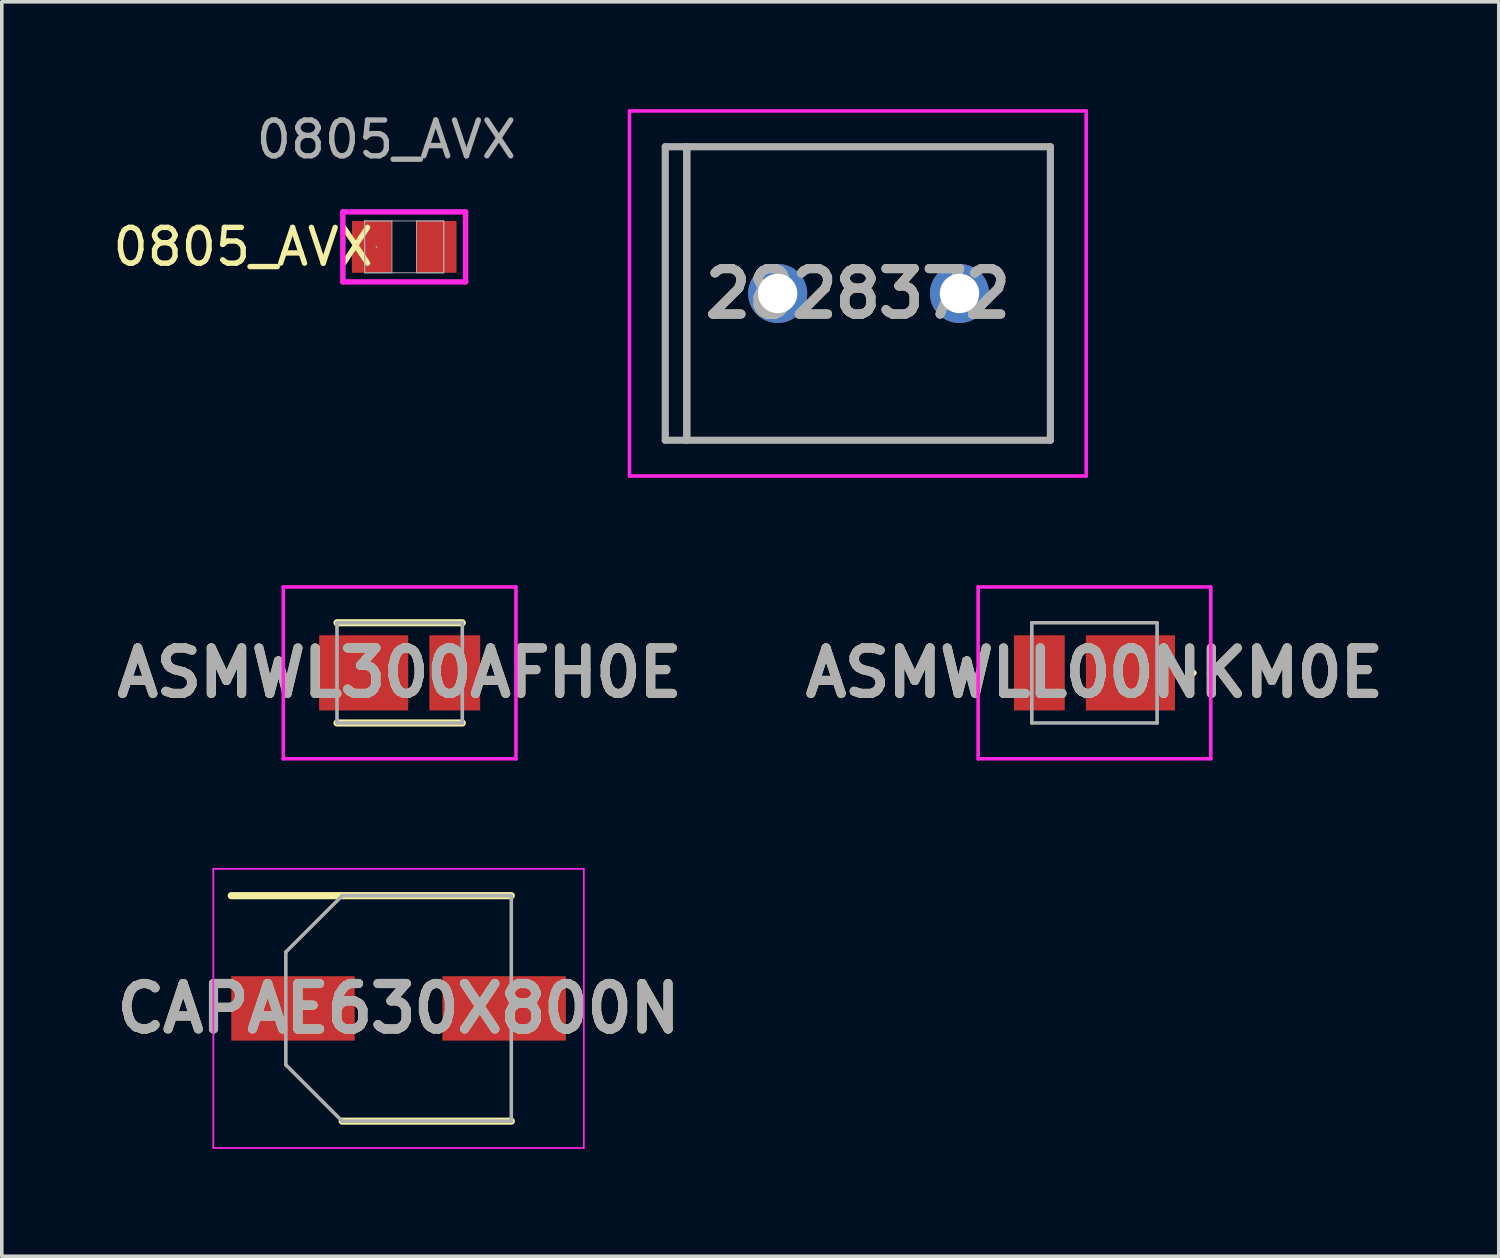
<source format=kicad_pcb>
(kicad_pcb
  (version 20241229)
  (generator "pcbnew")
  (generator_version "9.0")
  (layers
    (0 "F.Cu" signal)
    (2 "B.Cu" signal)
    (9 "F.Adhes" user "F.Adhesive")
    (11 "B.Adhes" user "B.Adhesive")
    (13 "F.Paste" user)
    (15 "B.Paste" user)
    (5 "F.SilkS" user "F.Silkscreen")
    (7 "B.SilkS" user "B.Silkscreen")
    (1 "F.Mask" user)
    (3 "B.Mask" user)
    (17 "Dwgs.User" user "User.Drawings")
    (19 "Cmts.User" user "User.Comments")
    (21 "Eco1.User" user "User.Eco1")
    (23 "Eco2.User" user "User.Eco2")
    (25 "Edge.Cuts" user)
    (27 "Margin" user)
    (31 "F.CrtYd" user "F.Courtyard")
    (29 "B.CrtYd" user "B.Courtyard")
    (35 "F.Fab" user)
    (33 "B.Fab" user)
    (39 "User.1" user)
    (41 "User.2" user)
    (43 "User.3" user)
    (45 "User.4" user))
  (footprint "ASMWL300AFH0E"
    (layer "F.Cu")
    (at 8.116 15.75)
    (property "Reference" "ASMWL300AFH0E" (at 0 0 0) (layer "F.SilkS") (effects (font (size 1.27 1.27) (thickness 0.254))))
    (attr smd)
    (fp_line (start -1.75 -1.4) (end 1.75 -1.4) (stroke (width 0.2) (type solid)) (layer "F.SilkS"))
    (fp_line (start -1.75 1.4) (end 1.75 1.4) (stroke (width 0.2) (type solid)) (layer "F.SilkS"))
    (fp_line (start 2.7 0) (end 2.7 0) (stroke (width 0.1) (type solid)) (layer "F.SilkS"))
    (fp_line (start 2.8 0) (end 2.8 0) (stroke (width 0.1) (type solid)) (layer "F.SilkS"))
    (fp_arc (start 2.7 0) (mid 2.75 -0.05) (end 2.8 0) (stroke (width 0.1) (type solid)) (layer "F.SilkS"))
    (fp_arc (start 2.8 0) (mid 2.75 0.05) (end 2.7 0) (stroke (width 0.1) (type solid)) (layer "F.SilkS"))
    (fp_line (start -3.25 -2.4) (end 3.25 -2.4) (stroke (width 0.1) (type solid)) (layer "F.CrtYd"))
    (fp_line (start -3.25 2.4) (end -3.25 -2.4) (stroke (width 0.1) (type solid)) (layer "F.CrtYd"))
    (fp_line (start 3.25 -2.4) (end 3.25 2.4) (stroke (width 0.1) (type solid)) (layer "F.CrtYd"))
    (fp_line (start 3.25 2.4) (end -3.25 2.4) (stroke (width 0.1) (type solid)) (layer "F.CrtYd"))
    (fp_line (start -1.75 -1.4) (end -1.75 1.4) (stroke (width 0.1) (type solid)) (layer "F.Fab"))
    (fp_line (start -1.75 1.4) (end 1.75 1.4) (stroke (width 0.1) (type solid)) (layer "F.Fab"))
    (fp_line (start 1.75 -1.4) (end -1.75 -1.4) (stroke (width 0.1) (type solid)) (layer "F.Fab"))
    (fp_line (start 1.75 1.4) (end 1.75 -1.4) (stroke (width 0.1) (type solid)) (layer "F.Fab"))
    (fp_text user "${REFERENCE}" (at 0 0 0) (layer "F.Fab") (effects (font (size 1.27 1.27) (thickness 0.254))))
    (pad "1" smd rect (at 1.54 0) (size 1.42 2.1) (layers "F.Cu" "F.Mask" "F.Paste"))
    (pad "2" smd rect (at -1.005 0 90) (size 2.1 2.49) (layers "F.Cu" "F.Mask" "F.Paste")))
  (footprint "0805_AVX"
    (layer "F.Cu")
    (at 8.244 3.848)
    (property "Reference" "0805_AVX" (at -4.5 0 0) (unlocked yes) (layer "F.SilkS") (effects (font (size 1 1) (thickness 0.15))))
    (attr smd)
    (fp_line (start -1.714 -0.978) (end 1.714 -0.978) (stroke (width 0.152) (type solid)) (layer "F.CrtYd"))
    (fp_line (start -1.714 0.978) (end -1.714 -0.978) (stroke (width 0.152) (type solid)) (layer "F.CrtYd"))
    (fp_line (start 1.714 -0.978) (end 1.714 0.978) (stroke (width 0.152) (type solid)) (layer "F.CrtYd"))
    (fp_line (start 1.714 0.978) (end -1.714 0.978) (stroke (width 0.152) (type solid)) (layer "F.CrtYd"))
    (fp_line (start -1.105 -0.724) (end -1.105 0.724) (stroke (width 0.025) (type solid)) (layer "F.Fab"))
    (fp_line (start -1.105 -0.724) (end -1.105 0.724) (stroke (width 0.025) (type solid)) (layer "F.Fab"))
    (fp_line (start -1.105 0.724) (end -0.343 0.724) (stroke (width 0.025) (type solid)) (layer "F.Fab"))
    (fp_line (start -1.105 0.724) (end 1.105 0.724) (stroke (width 0.025) (type solid)) (layer "F.Fab"))
    (fp_line (start -0.343 -0.724) (end -1.105 -0.724) (stroke (width 0.025) (type solid)) (layer "F.Fab"))
    (fp_line (start -0.343 0.724) (end -0.343 -0.724) (stroke (width 0.025) (type solid)) (layer "F.Fab"))
    (fp_line (start 0.343 -0.724) (end 0.343 0.724) (stroke (width 0.025) (type solid)) (layer "F.Fab"))
    (fp_line (start 0.343 0.724) (end 1.105 0.724) (stroke (width 0.025) (type solid)) (layer "F.Fab"))
    (fp_line (start 1.105 -0.724) (end -1.105 -0.724) (stroke (width 0.025) (type solid)) (layer "F.Fab"))
    (fp_line (start 1.105 -0.724) (end 0.343 -0.724) (stroke (width 0.025) (type solid)) (layer "F.Fab"))
    (fp_line (start 1.105 0.724) (end 1.105 -0.724) (stroke (width 0.025) (type solid)) (layer "F.Fab"))
    (fp_line (start 1.105 0.724) (end 1.105 -0.724) (stroke (width 0.025) (type solid)) (layer "F.Fab"))
    (fp_circle (center -0.775 0) (end -0.775 0) (stroke (width 0.025) (type solid)) (fill no) (layer "F.Fab"))
    (fp_text user "${REFERENCE}" (at -0.5 -3 0) (unlocked yes) (layer "F.Fab") (effects (font (size 1 1) (thickness 0.15))))
    (pad "1" smd rect (at -0.902 0) (size 1.118 1.448) (layers "F.Cu" "F.Mask" "F.Paste"))
    (pad "2" smd rect (at 0.902 0) (size 1.118 1.448) (layers "F.Cu" "F.Mask" "F.Paste"))
    (zone (net_name "") (layer "F.Cu") (hatch full 0.508) (connect_pads) (min_thickness 0.254) (filled_areas_thickness no) (keepout (tracks not_allowed) (vias not_allowed) (pads allowed) (copperpour not_allowed) (footprints allowed)) (placement (enabled no)) (fill) (polygon (pts (xy 7.952 3.175) (xy 8.536 3.175) (xy 8.536 4.521) (xy 7.952 4.521)))))
  (footprint "CAPAE630X800N"
    (layer "F.Cu")
    (at 8.086 25.125)
    (property "Reference" "CAPAE630X800N" (at 0 0 0) (layer "F.SilkS") (effects (font (size 1.27 1.27) (thickness 0.254))))
    (attr smd)
    (fp_line (start -4.675 -3.15) (end 3.15 -3.15) (stroke (width 0.2) (type solid)) (layer "F.SilkS"))
    (fp_line (start -1.575 3.15) (end 3.15 3.15) (stroke (width 0.2) (type solid)) (layer "F.SilkS"))
    (fp_line (start -5.175 -3.9) (end 5.175 -3.9) (stroke (width 0.05) (type solid)) (layer "F.CrtYd"))
    (fp_line (start -5.175 3.9) (end -5.175 -3.9) (stroke (width 0.05) (type solid)) (layer "F.CrtYd"))
    (fp_line (start 5.175 -3.9) (end 5.175 3.9) (stroke (width 0.05) (type solid)) (layer "F.CrtYd"))
    (fp_line (start 5.175 3.9) (end -5.175 3.9) (stroke (width 0.05) (type solid)) (layer "F.CrtYd"))
    (fp_line (start -3.15 -1.575) (end -3.15 1.575) (stroke (width 0.1) (type solid)) (layer "F.Fab"))
    (fp_line (start -3.15 1.575) (end -1.575 3.15) (stroke (width 0.1) (type solid)) (layer "F.Fab"))
    (fp_line (start -1.575 -3.15) (end -3.15 -1.575) (stroke (width 0.1) (type solid)) (layer "F.Fab"))
    (fp_line (start -1.575 3.15) (end 3.15 3.15) (stroke (width 0.1) (type solid)) (layer "F.Fab"))
    (fp_line (start 3.15 -3.15) (end -1.575 -3.15) (stroke (width 0.1) (type solid)) (layer "F.Fab"))
    (fp_line (start 3.15 3.15) (end 3.15 -3.15) (stroke (width 0.1) (type solid)) (layer "F.Fab"))
    (fp_text user "${REFERENCE}" (at 0 0 0) (layer "F.Fab") (effects (font (size 1.27 1.27) (thickness 0.254))))
    (pad "1" smd rect (at -2.95 0 90) (size 1.8 3.45) (layers "F.Cu" "F.Mask" "F.Paste"))
    (pad "2" smd rect (at 2.95 0 90) (size 1.8 3.45) (layers "F.Cu" "F.Mask" "F.Paste")))
  (footprint "ASMWLL00NKM0E"
    (layer "F.Cu")
    (at 27.529 15.75)
    (property "Reference" "ASMWLL00NKM0E" (at 0 0 0) (layer "F.SilkS") (effects (font (size 1.27 1.27) (thickness 0.254))))
    (attr smd)
    (fp_line (start 2.7 0) (end 2.7 0) (stroke (width 0.1) (type solid)) (layer "F.SilkS"))
    (fp_line (start 2.8 0) (end 2.8 0) (stroke (width 0.1) (type solid)) (layer "F.SilkS"))
    (fp_arc (start 2.7 0) (mid 2.75 -0.05) (end 2.8 0) (stroke (width 0.1) (type solid)) (layer "F.SilkS"))
    (fp_arc (start 2.8 0) (mid 2.75 0.05) (end 2.7 0) (stroke (width 0.1) (type solid)) (layer "F.SilkS"))
    (fp_line (start -3.25 -2.4) (end 3.25 -2.4) (stroke (width 0.1) (type solid)) (layer "F.CrtYd"))
    (fp_line (start -3.25 2.4) (end -3.25 -2.4) (stroke (width 0.1) (type solid)) (layer "F.CrtYd"))
    (fp_line (start 3.25 -2.4) (end 3.25 2.4) (stroke (width 0.1) (type solid)) (layer "F.CrtYd"))
    (fp_line (start 3.25 2.4) (end -3.25 2.4) (stroke (width 0.1) (type solid)) (layer "F.CrtYd"))
    (fp_line (start -1.75 -1.4) (end -1.75 1.4) (stroke (width 0.1) (type solid)) (layer "F.Fab"))
    (fp_line (start -1.75 1.4) (end 1.75 1.4) (stroke (width 0.1) (type solid)) (layer "F.Fab"))
    (fp_line (start 1.75 -1.4) (end -1.75 -1.4) (stroke (width 0.1) (type solid)) (layer "F.Fab"))
    (fp_line (start 1.75 1.4) (end 1.75 -1.4) (stroke (width 0.1) (type solid)) (layer "F.Fab"))
    (fp_text user "${REFERENCE}" (at 0 0 0) (layer "F.Fab") (effects (font (size 1.27 1.27) (thickness 0.254))))
    (pad "1" smd rect (at 1.005 0 90) (size 2.1 2.49) (layers "F.Cu" "F.Mask" "F.Paste"))
    (pad "2" smd rect (at -1.54 0) (size 1.42 2.1) (layers "F.Cu" "F.Mask" "F.Paste")))
  (footprint "2828372"
    (layer "F.Cu")
    (at 18.678 5.15)
    (property "Reference" "2828372" (at 2.24 0 0) (layer "F.SilkS") (effects (font (size 1.27 1.27) (thickness 0.254))))
    (attr through_hole)
    (fp_line (start -2.54 -4.1) (end 7.62 -4.1) (stroke (width 0.1) (type solid)) (layer "F.SilkS"))
    (fp_line (start -2.54 4.1) (end -2.54 -4.1) (stroke (width 0.1) (type solid)) (layer "F.SilkS"))
    (fp_line (start 7.62 -4.1) (end 7.62 4.1) (stroke (width 0.1) (type solid)) (layer "F.SilkS"))
    (fp_line (start 7.62 4.1) (end -2.54 4.1) (stroke (width 0.1) (type solid)) (layer "F.SilkS"))
    (fp_line (start -4.14 -5.1) (end 8.62 -5.1) (stroke (width 0.1) (type solid)) (layer "F.CrtYd"))
    (fp_line (start -4.14 5.1) (end -4.14 -5.1) (stroke (width 0.1) (type solid)) (layer "F.CrtYd"))
    (fp_line (start 8.62 -5.1) (end 8.62 5.1) (stroke (width 0.1) (type solid)) (layer "F.CrtYd"))
    (fp_line (start 8.62 5.1) (end -4.14 5.1) (stroke (width 0.1) (type solid)) (layer "F.CrtYd"))
    (fp_line (start -3.14 -4.1) (end -2.54 -4.1) (stroke (width 0.2) (type solid)) (layer "F.Fab"))
    (fp_line (start -3.14 4.1) (end -3.14 -4.1) (stroke (width 0.2) (type solid)) (layer "F.Fab"))
    (fp_line (start -2.54 -4.1) (end -2.54 4.1) (stroke (width 0.2) (type solid)) (layer "F.Fab"))
    (fp_line (start -2.54 -4.1) (end 7.62 -4.1) (stroke (width 0.2) (type solid)) (layer "F.Fab"))
    (fp_line (start -2.54 4.1) (end -3.14 4.1) (stroke (width 0.2) (type solid)) (layer "F.Fab"))
    (fp_line (start -2.54 4.1) (end -2.54 -4.1) (stroke (width 0.2) (type solid)) (layer "F.Fab"))
    (fp_line (start 7.62 -4.1) (end 7.62 4.1) (stroke (width 0.2) (type solid)) (layer "F.Fab"))
    (fp_line (start 7.62 4.1) (end -2.54 4.1) (stroke (width 0.2) (type solid)) (layer "F.Fab"))
    (fp_text user "${REFERENCE}" (at 2.24 0 0) (layer "F.Fab") (effects (font (size 1.27 1.27) (thickness 0.254))))
    (pad "1" thru_hole circle (at 0 0) (size 1.65 1.65) (drill 1.1) (layers "*.Cu" "*.Mask"))
    (pad "2" thru_hole circle (at 5.08 0) (size 1.65 1.65) (drill 1.1) (layers "*.Cu" "*.Mask")))
  (gr_rect
    (start -3 -3)
    (end 38.826 32.05)
    (stroke (width 0.1) (type default))
    (fill no)
    (layer "Edge.Cuts")))
</source>
